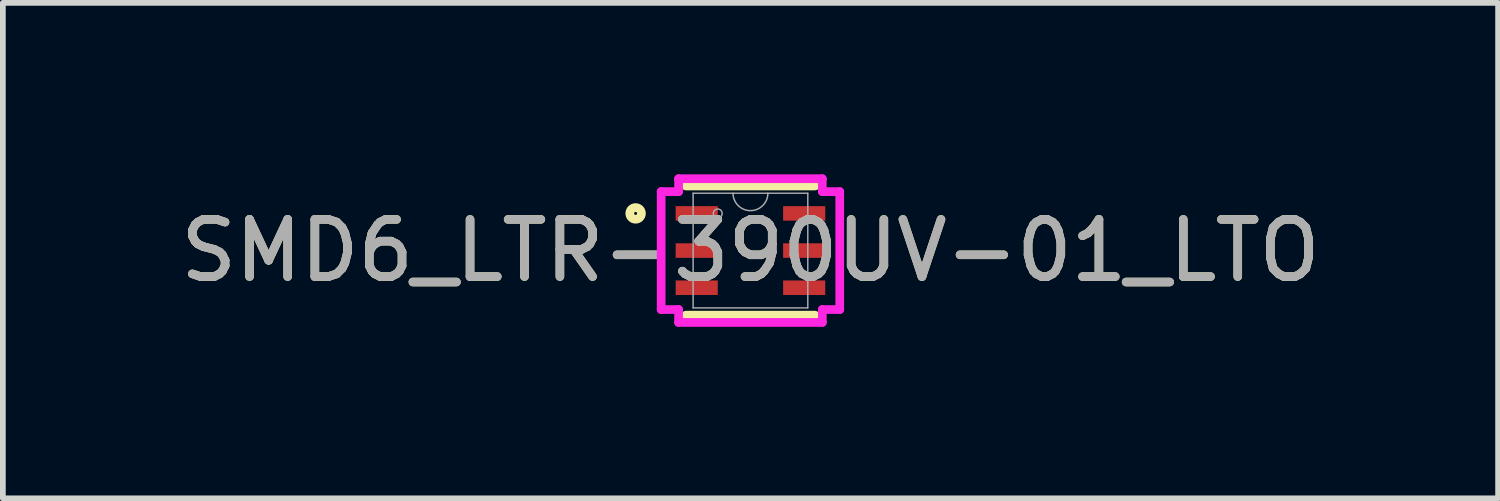
<source format=kicad_pcb>
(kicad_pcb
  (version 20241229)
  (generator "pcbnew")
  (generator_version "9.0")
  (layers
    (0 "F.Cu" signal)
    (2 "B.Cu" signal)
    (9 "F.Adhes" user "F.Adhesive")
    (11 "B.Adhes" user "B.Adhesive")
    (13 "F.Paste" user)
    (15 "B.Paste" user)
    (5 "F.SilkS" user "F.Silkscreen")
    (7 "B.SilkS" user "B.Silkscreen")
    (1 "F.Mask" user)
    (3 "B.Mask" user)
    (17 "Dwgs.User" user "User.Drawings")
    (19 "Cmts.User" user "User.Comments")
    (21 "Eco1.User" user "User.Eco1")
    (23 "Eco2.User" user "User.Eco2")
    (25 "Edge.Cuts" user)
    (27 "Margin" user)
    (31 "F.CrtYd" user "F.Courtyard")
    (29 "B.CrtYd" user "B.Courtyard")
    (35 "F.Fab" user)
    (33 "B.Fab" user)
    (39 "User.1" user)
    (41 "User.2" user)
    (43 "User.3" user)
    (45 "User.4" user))
  (footprint "SMD6_LTR-390UV-01_LTO"
    (layer "F.Cu")
    (at 10.077 1.333)
    (property "Reference" "SMD6_LTR-390UV-01_LTO" (at 0 0 0) (unlocked yes) (layer "F.SilkS") (effects (font (size 1 1) (thickness 0.15))))
    (attr smd)
    (fp_line (start -1.13 1.13) (end 1.13 1.13) (stroke (width 0.152) (type solid)) (layer "F.SilkS"))
    (fp_line (start 1.13 -1.13) (end -1.13 -1.13) (stroke (width 0.152) (type solid)) (layer "F.SilkS"))
    (fp_circle (center -2.009 -0.65) (end -1.907 -0.65) (stroke (width 0.152) (type solid)) (fill no) (layer "F.SilkS"))
    (fp_line (start -1.562 -1.031) (end -1.257 -1.031) (stroke (width 0.152) (type solid)) (layer "F.CrtYd"))
    (fp_line (start -1.562 1.031) (end -1.562 -1.031) (stroke (width 0.152) (type solid)) (layer "F.CrtYd"))
    (fp_line (start -1.562 1.031) (end -1.257 1.031) (stroke (width 0.152) (type solid)) (layer "F.CrtYd"))
    (fp_line (start -1.257 -1.257) (end 1.257 -1.257) (stroke (width 0.152) (type solid)) (layer "F.CrtYd"))
    (fp_line (start -1.257 -1.031) (end -1.257 -1.257) (stroke (width 0.152) (type solid)) (layer "F.CrtYd"))
    (fp_line (start -1.257 1.257) (end -1.257 1.031) (stroke (width 0.152) (type solid)) (layer "F.CrtYd"))
    (fp_line (start 1.257 -1.257) (end 1.257 -1.031) (stroke (width 0.152) (type solid)) (layer "F.CrtYd"))
    (fp_line (start 1.257 1.031) (end 1.257 1.257) (stroke (width 0.152) (type solid)) (layer "F.CrtYd"))
    (fp_line (start 1.257 1.257) (end -1.257 1.257) (stroke (width 0.152) (type solid)) (layer "F.CrtYd"))
    (fp_line (start 1.562 -1.031) (end 1.257 -1.031) (stroke (width 0.152) (type solid)) (layer "F.CrtYd"))
    (fp_line (start 1.562 -1.031) (end 1.562 1.031) (stroke (width 0.152) (type solid)) (layer "F.CrtYd"))
    (fp_line (start 1.562 1.031) (end 1.257 1.031) (stroke (width 0.152) (type solid)) (layer "F.CrtYd"))
    (fp_line (start -1.003 -1.003) (end -1.003 1.003) (stroke (width 0.025) (type solid)) (layer "F.Fab"))
    (fp_line (start -1.003 1.003) (end 1.003 1.003) (stroke (width 0.025) (type solid)) (layer "F.Fab"))
    (fp_line (start 1.003 -1.003) (end -1.003 -1.003) (stroke (width 0.025) (type solid)) (layer "F.Fab"))
    (fp_line (start 1.003 1.003) (end 1.003 -1.003) (stroke (width 0.025) (type solid)) (layer "F.Fab"))
    (fp_arc (start 0.3048 -1.0033) (mid 0 -0.6985) (end -0.3048 -1.0033) (stroke (width 0.0254) (type solid)) (layer "F.Fab"))
    (fp_circle (center -0.572 -0.65) (end -0.495 -0.65) (stroke (width 0.025) (type solid)) (fill no) (layer "F.Fab"))
    (fp_text user "${REFERENCE}" (at 0 0 0) (unlocked yes) (layer "F.Fab") (effects (font (size 1 1) (thickness 0.15))))
    (pad "1" smd rect (at -0.94 -0.65) (size 0.737 0.254) (layers "F.Cu" "F.Mask" "F.Paste"))
    (pad "2" smd rect (at -0.94 0) (size 0.737 0.254) (layers "F.Cu" "F.Mask" "F.Paste"))
    (pad "3" smd rect (at -0.94 0.65) (size 0.737 0.254) (layers "F.Cu" "F.Mask" "F.Paste"))
    (pad "4" smd rect (at 0.94 0.65) (size 0.737 0.254) (layers "F.Cu" "F.Mask" "F.Paste"))
    (pad "5" smd rect (at 0.94 0) (size 0.737 0.254) (layers "F.Cu" "F.Mask" "F.Paste"))
    (pad "6" smd rect (at 0.94 -0.65) (size 0.737 0.254) (layers "F.Cu" "F.Mask" "F.Paste")))
  (gr_rect
    (start -3 -3)
    (end 23.155 5.667)
    (stroke (width 0.1) (type default))
    (fill no)
    (layer "Edge.Cuts")))
</source>
